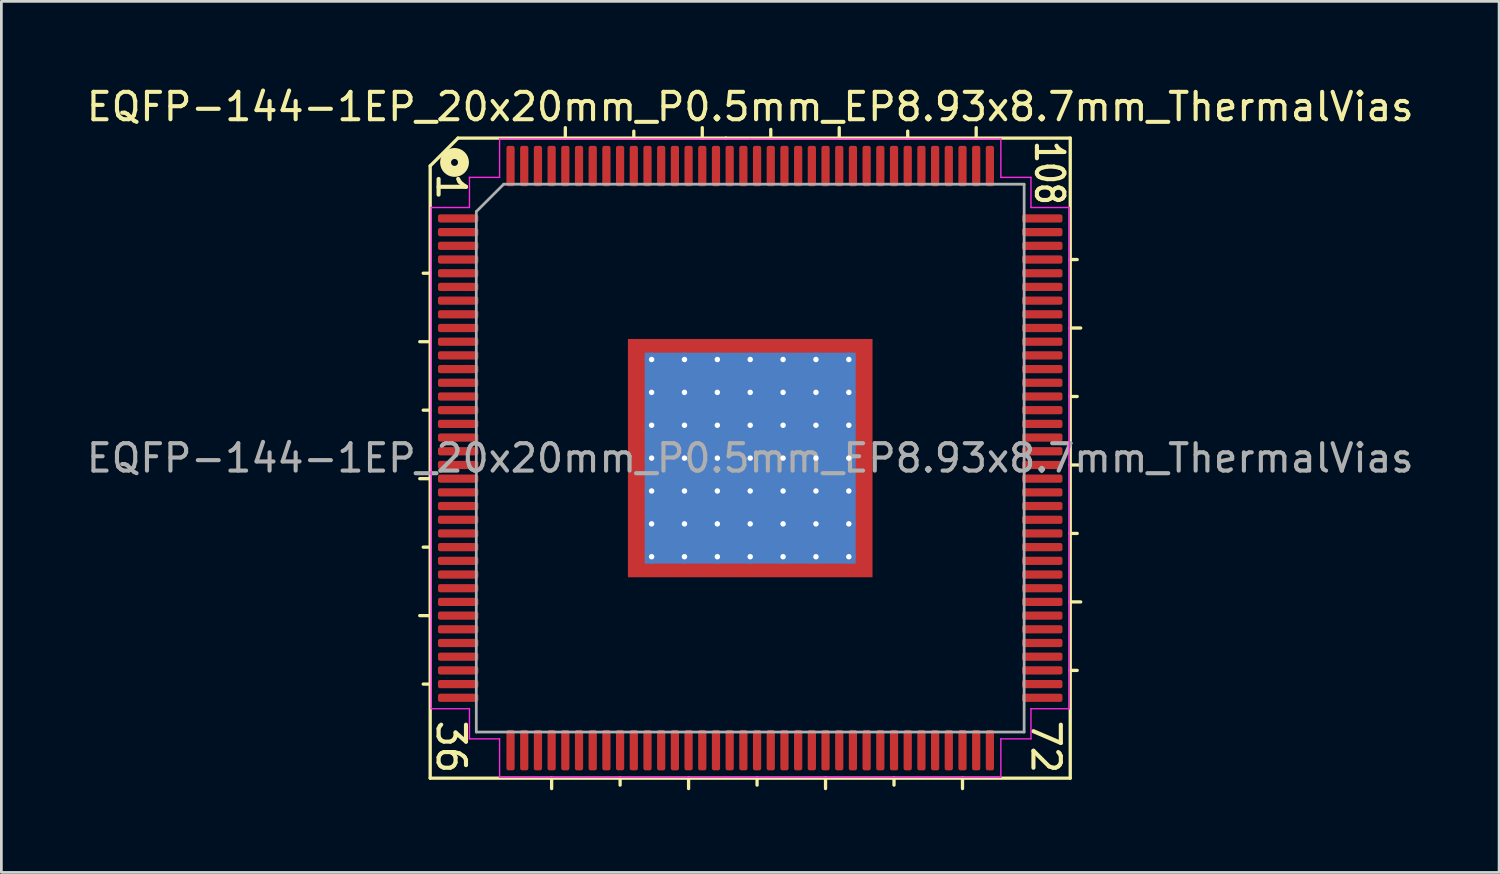
<source format=kicad_pcb>
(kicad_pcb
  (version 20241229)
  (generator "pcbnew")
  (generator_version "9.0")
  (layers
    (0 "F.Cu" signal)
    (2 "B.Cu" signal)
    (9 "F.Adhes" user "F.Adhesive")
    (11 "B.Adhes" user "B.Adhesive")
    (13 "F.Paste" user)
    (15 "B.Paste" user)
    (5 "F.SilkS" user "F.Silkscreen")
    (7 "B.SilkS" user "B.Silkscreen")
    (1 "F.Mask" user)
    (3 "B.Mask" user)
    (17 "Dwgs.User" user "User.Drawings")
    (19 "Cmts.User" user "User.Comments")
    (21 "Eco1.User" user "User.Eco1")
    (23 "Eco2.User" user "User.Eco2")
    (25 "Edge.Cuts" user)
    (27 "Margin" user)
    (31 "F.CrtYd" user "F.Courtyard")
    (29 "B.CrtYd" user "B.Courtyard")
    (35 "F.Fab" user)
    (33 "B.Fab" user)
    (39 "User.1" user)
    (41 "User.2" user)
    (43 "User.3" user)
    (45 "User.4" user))
  (footprint "EQFP-144-1EP_20x20mm_P0.5mm_EP8.93x8.7mm_ThermalVias"
    (layer "F.Cu")
    (at 24.339 13.675)
    (property "Reference" "EQFP-144-1EP_20x20mm_P0.5mm_EP8.93x8.7mm_ThermalVias" (at 0 -12.827 0) (layer "F.SilkS") (effects (font (size 1 1) (thickness 0.15))))
    (attr smd)
    (fp_line (start -11.684 -10.668) (end -11.684 11.684) (stroke (width 0.12) (type solid)) (layer "F.SilkS"))
    (fp_line (start -11.684 -6.75) (end -11.938 -6.75) (stroke (width 0.12) (type solid)) (layer "F.SilkS"))
    (fp_line (start -11.684 -4.25) (end -12.065 -4.25) (stroke (width 0.12) (type solid)) (layer "F.SilkS"))
    (fp_line (start -11.684 -1.75) (end -11.938 -1.75) (stroke (width 0.12) (type solid)) (layer "F.SilkS"))
    (fp_line (start -11.684 0.75) (end -12.065 0.75) (stroke (width 0.12) (type solid)) (layer "F.SilkS"))
    (fp_line (start -11.684 3.25) (end -11.938 3.25) (stroke (width 0.12) (type solid)) (layer "F.SilkS"))
    (fp_line (start -11.684 5.75) (end -12.065 5.75) (stroke (width 0.12) (type solid)) (layer "F.SilkS"))
    (fp_line (start -11.684 8.25) (end -11.938 8.25) (stroke (width 0.12) (type solid)) (layer "F.SilkS"))
    (fp_line (start -11.684 11.684) (end 11.684 11.684) (stroke (width 0.12) (type solid)) (layer "F.SilkS"))
    (fp_line (start -10.668 -11.684) (end -11.684 -10.668) (stroke (width 0.12) (type solid)) (layer "F.SilkS"))
    (fp_line (start -7.25 11.684) (end -7.25 12.065) (stroke (width 0.12) (type solid)) (layer "F.SilkS"))
    (fp_line (start -6.75 -11.684) (end -6.75 -12.065) (stroke (width 0.12) (type solid)) (layer "F.SilkS"))
    (fp_line (start -4.75 11.684) (end -4.75 11.938) (stroke (width 0.12) (type solid)) (layer "F.SilkS"))
    (fp_line (start -4.25 -11.684) (end -4.25 -11.938) (stroke (width 0.12) (type solid)) (layer "F.SilkS"))
    (fp_line (start -2.25 11.684) (end -2.25 12.065) (stroke (width 0.12) (type solid)) (layer "F.SilkS"))
    (fp_line (start -1.75 -11.684) (end -1.75 -12.065) (stroke (width 0.12) (type solid)) (layer "F.SilkS"))
    (fp_line (start -0.889 -11.684) (end -10.668 -11.684) (stroke (width 0.12) (type solid)) (layer "F.SilkS"))
    (fp_line (start 0.25 11.684) (end 0.25 11.938) (stroke (width 0.12) (type solid)) (layer "F.SilkS"))
    (fp_line (start 0.75 -11.75) (end 0.75 -12) (stroke (width 0.12) (type solid)) (layer "F.SilkS"))
    (fp_line (start 2.75 11.684) (end 2.75 12.065) (stroke (width 0.12) (type solid)) (layer "F.SilkS"))
    (fp_line (start 3.25 -11.684) (end 3.25 -12.065) (stroke (width 0.12) (type solid)) (layer "F.SilkS"))
    (fp_line (start 5.25 11.684) (end 5.25 11.938) (stroke (width 0.12) (type solid)) (layer "F.SilkS"))
    (fp_line (start 5.75 -11.684) (end 5.75 -11.938) (stroke (width 0.12) (type solid)) (layer "F.SilkS"))
    (fp_line (start 7.75 11.684) (end 7.75 12.065) (stroke (width 0.12) (type solid)) (layer "F.SilkS"))
    (fp_line (start 8.25 -11.684) (end 8.25 -12.065) (stroke (width 0.12) (type solid)) (layer "F.SilkS"))
    (fp_line (start 11.684 -11.684) (end -0.889 -11.684) (stroke (width 0.12) (type solid)) (layer "F.SilkS"))
    (fp_line (start 11.684 -7.25) (end 11.938 -7.25) (stroke (width 0.12) (type solid)) (layer "F.SilkS"))
    (fp_line (start 11.684 -4.75) (end 12.065 -4.75) (stroke (width 0.12) (type solid)) (layer "F.SilkS"))
    (fp_line (start 11.684 -2.25) (end 11.938 -2.25) (stroke (width 0.12) (type solid)) (layer "F.SilkS"))
    (fp_line (start 11.684 0.25) (end 12.065 0.25) (stroke (width 0.12) (type solid)) (layer "F.SilkS"))
    (fp_line (start 11.684 2.75) (end 11.938 2.75) (stroke (width 0.12) (type solid)) (layer "F.SilkS"))
    (fp_line (start 11.684 5.25) (end 12.065 5.25) (stroke (width 0.12) (type solid)) (layer "F.SilkS"))
    (fp_line (start 11.684 7.75) (end 11.938 7.75) (stroke (width 0.12) (type solid)) (layer "F.SilkS"))
    (fp_line (start 11.684 11.684) (end 11.684 -11.684) (stroke (width 0.12) (type solid)) (layer "F.SilkS"))
    (fp_circle (center -10.795 -10.795) (end -10.668 -10.795) (stroke (width 0.4) (type solid)) (fill no) (layer "F.SilkS"))
    (fp_line (start -11.65 -9.15) (end -11.65 0) (stroke (width 0.05) (type solid)) (layer "F.CrtYd"))
    (fp_line (start -11.65 9.15) (end -11.65 0) (stroke (width 0.05) (type solid)) (layer "F.CrtYd"))
    (fp_line (start -10.25 -10.25) (end -10.25 -9.15) (stroke (width 0.05) (type solid)) (layer "F.CrtYd"))
    (fp_line (start -10.25 -9.15) (end -11.65 -9.15) (stroke (width 0.05) (type solid)) (layer "F.CrtYd"))
    (fp_line (start -10.25 9.15) (end -11.65 9.15) (stroke (width 0.05) (type solid)) (layer "F.CrtYd"))
    (fp_line (start -10.25 10.25) (end -10.25 9.15) (stroke (width 0.05) (type solid)) (layer "F.CrtYd"))
    (fp_line (start -9.15 -11.65) (end -9.15 -10.25) (stroke (width 0.05) (type solid)) (layer "F.CrtYd"))
    (fp_line (start -9.15 -10.25) (end -10.25 -10.25) (stroke (width 0.05) (type solid)) (layer "F.CrtYd"))
    (fp_line (start -9.15 10.25) (end -10.25 10.25) (stroke (width 0.05) (type solid)) (layer "F.CrtYd"))
    (fp_line (start -9.15 11.65) (end -9.15 10.25) (stroke (width 0.05) (type solid)) (layer "F.CrtYd"))
    (fp_line (start 0 -11.65) (end -9.15 -11.65) (stroke (width 0.05) (type solid)) (layer "F.CrtYd"))
    (fp_line (start 0 -11.65) (end 9.15 -11.65) (stroke (width 0.05) (type solid)) (layer "F.CrtYd"))
    (fp_line (start 0 11.65) (end -9.15 11.65) (stroke (width 0.05) (type solid)) (layer "F.CrtYd"))
    (fp_line (start 0 11.65) (end 9.15 11.65) (stroke (width 0.05) (type solid)) (layer "F.CrtYd"))
    (fp_line (start 9.15 -11.65) (end 9.15 -10.25) (stroke (width 0.05) (type solid)) (layer "F.CrtYd"))
    (fp_line (start 9.15 -10.25) (end 10.25 -10.25) (stroke (width 0.05) (type solid)) (layer "F.CrtYd"))
    (fp_line (start 9.15 10.25) (end 10.25 10.25) (stroke (width 0.05) (type solid)) (layer "F.CrtYd"))
    (fp_line (start 9.15 11.65) (end 9.15 10.25) (stroke (width 0.05) (type solid)) (layer "F.CrtYd"))
    (fp_line (start 10.25 -10.25) (end 10.25 -9.15) (stroke (width 0.05) (type solid)) (layer "F.CrtYd"))
    (fp_line (start 10.25 -9.15) (end 11.65 -9.15) (stroke (width 0.05) (type solid)) (layer "F.CrtYd"))
    (fp_line (start 10.25 9.15) (end 11.65 9.15) (stroke (width 0.05) (type solid)) (layer "F.CrtYd"))
    (fp_line (start 10.25 10.25) (end 10.25 9.15) (stroke (width 0.05) (type solid)) (layer "F.CrtYd"))
    (fp_line (start 11.65 -9.15) (end 11.65 0) (stroke (width 0.05) (type solid)) (layer "F.CrtYd"))
    (fp_line (start 11.65 9.15) (end 11.65 0) (stroke (width 0.05) (type solid)) (layer "F.CrtYd"))
    (fp_line (start -10 -9) (end -9 -10) (stroke (width 0.1) (type solid)) (layer "F.Fab"))
    (fp_line (start -10 10) (end -10 -9) (stroke (width 0.1) (type solid)) (layer "F.Fab"))
    (fp_line (start -9 -10) (end 10 -10) (stroke (width 0.1) (type solid)) (layer "F.Fab"))
    (fp_line (start 10 -10) (end 10 10) (stroke (width 0.1) (type solid)) (layer "F.Fab"))
    (fp_line (start 10 10) (end -10 10) (stroke (width 0.1) (type solid)) (layer "F.Fab"))
    (fp_text user "1" (at -10.922 -9.906 270) (unlocked yes) (layer "F.SilkS") (effects (font (size 1 1) (thickness 0.15))))
    (fp_text user "36" (at -10.922 10.541 270) (unlocked yes) (layer "F.SilkS") (effects (font (size 1 1) (thickness 0.15))))
    (fp_text user "72" (at 10.795 10.541 270) (unlocked yes) (layer "F.SilkS") (effects (font (size 1 1) (thickness 0.15))))
    (fp_text user "108" (at 10.922 -10.414 270) (unlocked yes) (layer "F.SilkS") (effects (font (size 1 0.8) (thickness 0.15))))
    (fp_text user "${REFERENCE}" (at 0 0 0) (layer "F.Fab") (effects (font (size 1 1) (thickness 0.15))))
    (pad "" smd custom (at -4.032 -3.975) (size 0.515 0.515) (layers "F.Paste") (options (anchor circle)) (primitives (gr_poly (pts (xy 0.259 0.139) (xy 0.185 0.213) (xy -0.259 0.213) (xy -0.259 -0.213) (xy 0.259 -0.213)) (width 0.179) (fill yes))))
    (pad "" smd roundrect (at -4.032 -3) (size 0.697 0.967) (layers "F.Paste") (roundrect_rratio 0.25))
    (pad "" smd roundrect (at -4.032 -1.8) (size 0.697 0.967) (layers "F.Paste") (roundrect_rratio 0.25))
    (pad "" smd roundrect (at -4.032 -0.6) (size 0.697 0.967) (layers "F.Paste") (roundrect_rratio 0.25))
    (pad "" smd roundrect (at -4.032 0.6) (size 0.697 0.967) (layers "F.Paste") (roundrect_rratio 0.25))
    (pad "" smd roundrect (at -4.032 1.8) (size 0.697 0.967) (layers "F.Paste") (roundrect_rratio 0.25))
    (pad "" smd roundrect (at -4.032 3) (size 0.697 0.967) (layers "F.Paste") (roundrect_rratio 0.25))
    (pad "" smd custom (at -4.032 3.975) (size 0.515 0.515) (layers "F.Paste") (options (anchor circle)) (primitives (gr_poly (pts (xy 0.259 -0.139) (xy 0.259 0.213) (xy -0.259 0.213) (xy -0.259 -0.213) (xy 0.185 -0.213)) (width 0.179) (fill yes))))
    (pad "" smd custom (at -3 -3.975) (size 0.538 0.538) (layers "F.Paste") (options (anchor circle)) (primitives (gr_poly (pts (xy 0.417 0.181) (xy 0.362 0.236) (xy -0.362 0.236) (xy -0.417 0.181) (xy -0.417 -0.236) (xy 0.417 -0.236)) (width 0.133) (fill yes))))
    (pad "" smd roundrect (at -3 -3) (size 0.967 0.967) (layers "F.Paste") (roundrect_rratio 0.25))
    (pad "" smd roundrect (at -3 -1.8) (size 0.967 0.967) (layers "F.Paste") (roundrect_rratio 0.25))
    (pad "" smd roundrect (at -3 -0.6) (size 0.967 0.967) (layers "F.Paste") (roundrect_rratio 0.25))
    (pad "" smd roundrect (at -3 0.6) (size 0.967 0.967) (layers "F.Paste") (roundrect_rratio 0.25))
    (pad "" smd roundrect (at -3 1.8) (size 0.967 0.967) (layers "F.Paste") (roundrect_rratio 0.25))
    (pad "" smd roundrect (at -3 3) (size 0.967 0.967) (layers "F.Paste") (roundrect_rratio 0.25))
    (pad "" smd custom (at -3 3.975) (size 0.538 0.538) (layers "F.Paste") (options (anchor circle)) (primitives (gr_poly (pts (xy 0.417 -0.181) (xy 0.417 0.236) (xy -0.417 0.236) (xy -0.417 -0.181) (xy -0.362 -0.236) (xy 0.362 -0.236)) (width 0.133) (fill yes))))
    (pad "" smd custom (at -1.8 -3.975) (size 0.538 0.538) (layers "F.Paste") (options (anchor circle)) (primitives (gr_poly (pts (xy 0.417 0.181) (xy 0.362 0.236) (xy -0.362 0.236) (xy -0.417 0.181) (xy -0.417 -0.236) (xy 0.417 -0.236)) (width 0.133) (fill yes))))
    (pad "" smd roundrect (at -1.8 -3) (size 0.967 0.967) (layers "F.Paste") (roundrect_rratio 0.25))
    (pad "" smd roundrect (at -1.8 -1.8) (size 0.967 0.967) (layers "F.Paste") (roundrect_rratio 0.25))
    (pad "" smd roundrect (at -1.8 -0.6) (size 0.967 0.967) (layers "F.Paste") (roundrect_rratio 0.25))
    (pad "" smd roundrect (at -1.8 0.6) (size 0.967 0.967) (layers "F.Paste") (roundrect_rratio 0.25))
    (pad "" smd roundrect (at -1.8 1.8) (size 0.967 0.967) (layers "F.Paste") (roundrect_rratio 0.25))
    (pad "" smd roundrect (at -1.8 3) (size 0.967 0.967) (layers "F.Paste") (roundrect_rratio 0.25))
    (pad "" smd custom (at -1.8 3.975) (size 0.538 0.538) (layers "F.Paste") (options (anchor circle)) (primitives (gr_poly (pts (xy 0.417 -0.181) (xy 0.417 0.236) (xy -0.417 0.236) (xy -0.417 -0.181) (xy -0.362 -0.236) (xy 0.362 -0.236)) (width 0.133) (fill yes))))
    (pad "" smd custom (at -0.6 -3.975) (size 0.538 0.538) (layers "F.Paste") (options (anchor circle)) (primitives (gr_poly (pts (xy 0.417 0.181) (xy 0.362 0.236) (xy -0.362 0.236) (xy -0.417 0.181) (xy -0.417 -0.236) (xy 0.417 -0.236)) (width 0.133) (fill yes))))
    (pad "" smd roundrect (at -0.6 -3) (size 0.967 0.967) (layers "F.Paste") (roundrect_rratio 0.25))
    (pad "" smd roundrect (at -0.6 -1.8) (size 0.967 0.967) (layers "F.Paste") (roundrect_rratio 0.25))
    (pad "" smd roundrect (at -0.6 -0.6) (size 0.967 0.967) (layers "F.Paste") (roundrect_rratio 0.25))
    (pad "" smd roundrect (at -0.6 0.6) (size 0.967 0.967) (layers "F.Paste") (roundrect_rratio 0.25))
    (pad "" smd roundrect (at -0.6 1.8) (size 0.967 0.967) (layers "F.Paste") (roundrect_rratio 0.25))
    (pad "" smd roundrect (at -0.6 3) (size 0.967 0.967) (layers "F.Paste") (roundrect_rratio 0.25))
    (pad "" smd custom (at -0.6 3.975) (size 0.538 0.538) (layers "F.Paste") (options (anchor circle)) (primitives (gr_poly (pts (xy 0.417 -0.181) (xy 0.417 0.236) (xy -0.417 0.236) (xy -0.417 -0.181) (xy -0.362 -0.236) (xy 0.362 -0.236)) (width 0.133) (fill yes))))
    (pad "" smd custom (at 0.6 -3.975) (size 0.538 0.538) (layers "F.Paste") (options (anchor circle)) (primitives (gr_poly (pts (xy 0.417 0.181) (xy 0.362 0.236) (xy -0.362 0.236) (xy -0.417 0.181) (xy -0.417 -0.236) (xy 0.417 -0.236)) (width 0.133) (fill yes))))
    (pad "" smd roundrect (at 0.6 -3) (size 0.967 0.967) (layers "F.Paste") (roundrect_rratio 0.25))
    (pad "" smd roundrect (at 0.6 -1.8) (size 0.967 0.967) (layers "F.Paste") (roundrect_rratio 0.25))
    (pad "" smd roundrect (at 0.6 -0.6) (size 0.967 0.967) (layers "F.Paste") (roundrect_rratio 0.25))
    (pad "" smd roundrect (at 0.6 0.6) (size 0.967 0.967) (layers "F.Paste") (roundrect_rratio 0.25))
    (pad "" smd roundrect (at 0.6 1.8) (size 0.967 0.967) (layers "F.Paste") (roundrect_rratio 0.25))
    (pad "" smd roundrect (at 0.6 3) (size 0.967 0.967) (layers "F.Paste") (roundrect_rratio 0.25))
    (pad "" smd custom (at 0.6 3.975) (size 0.538 0.538) (layers "F.Paste") (options (anchor circle)) (primitives (gr_poly (pts (xy 0.417 -0.181) (xy 0.417 0.236) (xy -0.417 0.236) (xy -0.417 -0.181) (xy -0.362 -0.236) (xy 0.362 -0.236)) (width 0.133) (fill yes))))
    (pad "" smd custom (at 1.8 -3.975) (size 0.538 0.538) (layers "F.Paste") (options (anchor circle)) (primitives (gr_poly (pts (xy 0.417 0.181) (xy 0.362 0.236) (xy -0.362 0.236) (xy -0.417 0.181) (xy -0.417 -0.236) (xy 0.417 -0.236)) (width 0.133) (fill yes))))
    (pad "" smd roundrect (at 1.8 -3) (size 0.967 0.967) (layers "F.Paste") (roundrect_rratio 0.25))
    (pad "" smd roundrect (at 1.8 -1.8) (size 0.967 0.967) (layers "F.Paste") (roundrect_rratio 0.25))
    (pad "" smd roundrect (at 1.8 -0.6) (size 0.967 0.967) (layers "F.Paste") (roundrect_rratio 0.25))
    (pad "" smd roundrect (at 1.8 0.6) (size 0.967 0.967) (layers "F.Paste") (roundrect_rratio 0.25))
    (pad "" smd roundrect (at 1.8 1.8) (size 0.967 0.967) (layers "F.Paste") (roundrect_rratio 0.25))
    (pad "" smd roundrect (at 1.8 3) (size 0.967 0.967) (layers "F.Paste") (roundrect_rratio 0.25))
    (pad "" smd custom (at 1.8 3.975) (size 0.538 0.538) (layers "F.Paste") (options (anchor circle)) (primitives (gr_poly (pts (xy 0.417 -0.181) (xy 0.417 0.236) (xy -0.417 0.236) (xy -0.417 -0.181) (xy -0.362 -0.236) (xy 0.362 -0.236)) (width 0.133) (fill yes))))
    (pad "" smd custom (at 3 -3.975) (size 0.538 0.538) (layers "F.Paste") (options (anchor circle)) (primitives (gr_poly (pts (xy 0.417 0.181) (xy 0.362 0.236) (xy -0.362 0.236) (xy -0.417 0.181) (xy -0.417 -0.236) (xy 0.417 -0.236)) (width 0.133) (fill yes))))
    (pad "" smd roundrect (at 3 -3) (size 0.967 0.967) (layers "F.Paste") (roundrect_rratio 0.25))
    (pad "" smd roundrect (at 3 -1.8) (size 0.967 0.967) (layers "F.Paste") (roundrect_rratio 0.25))
    (pad "" smd roundrect (at 3 -0.6) (size 0.967 0.967) (layers "F.Paste") (roundrect_rratio 0.25))
    (pad "" smd roundrect (at 3 0.6) (size 0.967 0.967) (layers "F.Paste") (roundrect_rratio 0.25))
    (pad "" smd roundrect (at 3 1.8) (size 0.967 0.967) (layers "F.Paste") (roundrect_rratio 0.25))
    (pad "" smd roundrect (at 3 3) (size 0.967 0.967) (layers "F.Paste") (roundrect_rratio 0.25))
    (pad "" smd custom (at 3 3.975) (size 0.538 0.538) (layers "F.Paste") (options (anchor circle)) (primitives (gr_poly (pts (xy 0.417 -0.181) (xy 0.417 0.236) (xy -0.417 0.236) (xy -0.417 -0.181) (xy -0.362 -0.236) (xy 0.362 -0.236)) (width 0.133) (fill yes))))
    (pad "" smd custom (at 4.032 -3.975) (size 0.515 0.515) (layers "F.Paste") (options (anchor circle)) (primitives (gr_poly (pts (xy 0.259 0.213) (xy -0.185 0.213) (xy -0.259 0.139) (xy -0.259 -0.213) (xy 0.259 -0.213)) (width 0.179) (fill yes))))
    (pad "" smd roundrect (at 4.032 -3) (size 0.697 0.967) (layers "F.Paste") (roundrect_rratio 0.25))
    (pad "" smd roundrect (at 4.032 -1.8) (size 0.697 0.967) (layers "F.Paste") (roundrect_rratio 0.25))
    (pad "" smd roundrect (at 4.032 -0.6) (size 0.697 0.967) (layers "F.Paste") (roundrect_rratio 0.25))
    (pad "" smd roundrect (at 4.032 0.6) (size 0.697 0.967) (layers "F.Paste") (roundrect_rratio 0.25))
    (pad "" smd roundrect (at 4.032 1.8) (size 0.697 0.967) (layers "F.Paste") (roundrect_rratio 0.25))
    (pad "" smd roundrect (at 4.032 3) (size 0.697 0.967) (layers "F.Paste") (roundrect_rratio 0.25))
    (pad "" smd custom (at 4.032 3.975) (size 0.515 0.515) (layers "F.Paste") (options (anchor circle)) (primitives (gr_poly (pts (xy 0.259 0.213) (xy -0.259 0.213) (xy -0.259 -0.139) (xy -0.185 -0.213) (xy 0.259 -0.213)) (width 0.179) (fill yes))))
    (pad "1" smd roundrect (at -10.662 -8.75) (size 1.475 0.3) (layers "F.Cu" "F.Mask" "F.Paste") (roundrect_rratio 0.25))
    (pad "2" smd roundrect (at -10.662 -8.25) (size 1.475 0.3) (layers "F.Cu" "F.Mask" "F.Paste") (roundrect_rratio 0.25))
    (pad "3" smd roundrect (at -10.662 -7.75) (size 1.475 0.3) (layers "F.Cu" "F.Mask" "F.Paste") (roundrect_rratio 0.25))
    (pad "4" smd roundrect (at -10.662 -7.25) (size 1.475 0.3) (layers "F.Cu" "F.Mask" "F.Paste") (roundrect_rratio 0.25))
    (pad "5" smd roundrect (at -10.662 -6.75) (size 1.475 0.3) (layers "F.Cu" "F.Mask" "F.Paste") (roundrect_rratio 0.25))
    (pad "6" smd roundrect (at -10.662 -6.25) (size 1.475 0.3) (layers "F.Cu" "F.Mask" "F.Paste") (roundrect_rratio 0.25))
    (pad "7" smd roundrect (at -10.662 -5.75) (size 1.475 0.3) (layers "F.Cu" "F.Mask" "F.Paste") (roundrect_rratio 0.25))
    (pad "8" smd roundrect (at -10.662 -5.25) (size 1.475 0.3) (layers "F.Cu" "F.Mask" "F.Paste") (roundrect_rratio 0.25))
    (pad "9" smd roundrect (at -10.662 -4.75) (size 1.475 0.3) (layers "F.Cu" "F.Mask" "F.Paste") (roundrect_rratio 0.25))
    (pad "10" smd roundrect (at -10.662 -4.25) (size 1.475 0.3) (layers "F.Cu" "F.Mask" "F.Paste") (roundrect_rratio 0.25))
    (pad "11" smd roundrect (at -10.662 -3.75) (size 1.475 0.3) (layers "F.Cu" "F.Mask" "F.Paste") (roundrect_rratio 0.25))
    (pad "12" smd roundrect (at -10.662 -3.25) (size 1.475 0.3) (layers "F.Cu" "F.Mask" "F.Paste") (roundrect_rratio 0.25))
    (pad "13" smd roundrect (at -10.662 -2.75) (size 1.475 0.3) (layers "F.Cu" "F.Mask" "F.Paste") (roundrect_rratio 0.25))
    (pad "14" smd roundrect (at -10.662 -2.25) (size 1.475 0.3) (layers "F.Cu" "F.Mask" "F.Paste") (roundrect_rratio 0.25))
    (pad "15" smd roundrect (at -10.662 -1.75) (size 1.475 0.3) (layers "F.Cu" "F.Mask" "F.Paste") (roundrect_rratio 0.25))
    (pad "16" smd roundrect (at -10.662 -1.25) (size 1.475 0.3) (layers "F.Cu" "F.Mask" "F.Paste") (roundrect_rratio 0.25))
    (pad "17" smd roundrect (at -10.662 -0.75) (size 1.475 0.3) (layers "F.Cu" "F.Mask" "F.Paste") (roundrect_rratio 0.25))
    (pad "18" smd roundrect (at -10.662 -0.25) (size 1.475 0.3) (layers "F.Cu" "F.Mask" "F.Paste") (roundrect_rratio 0.25))
    (pad "19" smd roundrect (at -10.662 0.25) (size 1.475 0.3) (layers "F.Cu" "F.Mask" "F.Paste") (roundrect_rratio 0.25))
    (pad "20" smd roundrect (at -10.662 0.75) (size 1.475 0.3) (layers "F.Cu" "F.Mask" "F.Paste") (roundrect_rratio 0.25))
    (pad "21" smd roundrect (at -10.662 1.25) (size 1.475 0.3) (layers "F.Cu" "F.Mask" "F.Paste") (roundrect_rratio 0.25))
    (pad "22" smd roundrect (at -10.662 1.75) (size 1.475 0.3) (layers "F.Cu" "F.Mask" "F.Paste") (roundrect_rratio 0.25))
    (pad "23" smd roundrect (at -10.662 2.25) (size 1.475 0.3) (layers "F.Cu" "F.Mask" "F.Paste") (roundrect_rratio 0.25))
    (pad "24" smd roundrect (at -10.662 2.75) (size 1.475 0.3) (layers "F.Cu" "F.Mask" "F.Paste") (roundrect_rratio 0.25))
    (pad "25" smd roundrect (at -10.662 3.25) (size 1.475 0.3) (layers "F.Cu" "F.Mask" "F.Paste") (roundrect_rratio 0.25))
    (pad "26" smd roundrect (at -10.662 3.75) (size 1.475 0.3) (layers "F.Cu" "F.Mask" "F.Paste") (roundrect_rratio 0.25))
    (pad "27" smd roundrect (at -10.662 4.25) (size 1.475 0.3) (layers "F.Cu" "F.Mask" "F.Paste") (roundrect_rratio 0.25))
    (pad "28" smd roundrect (at -10.662 4.75) (size 1.475 0.3) (layers "F.Cu" "F.Mask" "F.Paste") (roundrect_rratio 0.25))
    (pad "29" smd roundrect (at -10.662 5.25) (size 1.475 0.3) (layers "F.Cu" "F.Mask" "F.Paste") (roundrect_rratio 0.25))
    (pad "30" smd roundrect (at -10.662 5.75) (size 1.475 0.3) (layers "F.Cu" "F.Mask" "F.Paste") (roundrect_rratio 0.25))
    (pad "31" smd roundrect (at -10.662 6.25) (size 1.475 0.3) (layers "F.Cu" "F.Mask" "F.Paste") (roundrect_rratio 0.25))
    (pad "32" smd roundrect (at -10.662 6.75) (size 1.475 0.3) (layers "F.Cu" "F.Mask" "F.Paste") (roundrect_rratio 0.25))
    (pad "33" smd roundrect (at -10.662 7.25) (size 1.475 0.3) (layers "F.Cu" "F.Mask" "F.Paste") (roundrect_rratio 0.25))
    (pad "34" smd roundrect (at -10.662 7.75) (size 1.475 0.3) (layers "F.Cu" "F.Mask" "F.Paste") (roundrect_rratio 0.25))
    (pad "35" smd roundrect (at -10.662 8.25) (size 1.475 0.3) (layers "F.Cu" "F.Mask" "F.Paste") (roundrect_rratio 0.25))
    (pad "36" smd roundrect (at -10.662 8.75) (size 1.475 0.3) (layers "F.Cu" "F.Mask" "F.Paste") (roundrect_rratio 0.25))
    (pad "37" smd roundrect (at -8.75 10.662) (size 0.3 1.475) (layers "F.Cu" "F.Mask" "F.Paste") (roundrect_rratio 0.25))
    (pad "38" smd roundrect (at -8.25 10.662) (size 0.3 1.475) (layers "F.Cu" "F.Mask" "F.Paste") (roundrect_rratio 0.25))
    (pad "39" smd roundrect (at -7.75 10.662) (size 0.3 1.475) (layers "F.Cu" "F.Mask" "F.Paste") (roundrect_rratio 0.25))
    (pad "40" smd roundrect (at -7.25 10.662) (size 0.3 1.475) (layers "F.Cu" "F.Mask" "F.Paste") (roundrect_rratio 0.25))
    (pad "41" smd roundrect (at -6.75 10.662) (size 0.3 1.475) (layers "F.Cu" "F.Mask" "F.Paste") (roundrect_rratio 0.25))
    (pad "42" smd roundrect (at -6.25 10.662) (size 0.3 1.475) (layers "F.Cu" "F.Mask" "F.Paste") (roundrect_rratio 0.25))
    (pad "43" smd roundrect (at -5.75 10.662) (size 0.3 1.475) (layers "F.Cu" "F.Mask" "F.Paste") (roundrect_rratio 0.25))
    (pad "44" smd roundrect (at -5.25 10.662) (size 0.3 1.475) (layers "F.Cu" "F.Mask" "F.Paste") (roundrect_rratio 0.25))
    (pad "45" smd roundrect (at -4.75 10.662) (size 0.3 1.475) (layers "F.Cu" "F.Mask" "F.Paste") (roundrect_rratio 0.25))
    (pad "46" smd roundrect (at -4.25 10.662) (size 0.3 1.475) (layers "F.Cu" "F.Mask" "F.Paste") (roundrect_rratio 0.25))
    (pad "47" smd roundrect (at -3.75 10.662) (size 0.3 1.475) (layers "F.Cu" "F.Mask" "F.Paste") (roundrect_rratio 0.25))
    (pad "48" smd roundrect (at -3.25 10.662) (size 0.3 1.475) (layers "F.Cu" "F.Mask" "F.Paste") (roundrect_rratio 0.25))
    (pad "49" smd roundrect (at -2.75 10.662) (size 0.3 1.475) (layers "F.Cu" "F.Mask" "F.Paste") (roundrect_rratio 0.25))
    (pad "50" smd roundrect (at -2.25 10.662) (size 0.3 1.475) (layers "F.Cu" "F.Mask" "F.Paste") (roundrect_rratio 0.25))
    (pad "51" smd roundrect (at -1.75 10.662) (size 0.3 1.475) (layers "F.Cu" "F.Mask" "F.Paste") (roundrect_rratio 0.25))
    (pad "52" smd roundrect (at -1.25 10.662) (size 0.3 1.475) (layers "F.Cu" "F.Mask" "F.Paste") (roundrect_rratio 0.25))
    (pad "53" smd roundrect (at -0.75 10.662) (size 0.3 1.475) (layers "F.Cu" "F.Mask" "F.Paste") (roundrect_rratio 0.25))
    (pad "54" smd roundrect (at -0.25 10.662) (size 0.3 1.475) (layers "F.Cu" "F.Mask" "F.Paste") (roundrect_rratio 0.25))
    (pad "55" smd roundrect (at 0.25 10.662) (size 0.3 1.475) (layers "F.Cu" "F.Mask" "F.Paste") (roundrect_rratio 0.25))
    (pad "56" smd roundrect (at 0.75 10.662) (size 0.3 1.475) (layers "F.Cu" "F.Mask" "F.Paste") (roundrect_rratio 0.25))
    (pad "57" smd roundrect (at 1.25 10.662) (size 0.3 1.475) (layers "F.Cu" "F.Mask" "F.Paste") (roundrect_rratio 0.25))
    (pad "58" smd roundrect (at 1.75 10.662) (size 0.3 1.475) (layers "F.Cu" "F.Mask" "F.Paste") (roundrect_rratio 0.25))
    (pad "59" smd roundrect (at 2.25 10.662) (size 0.3 1.475) (layers "F.Cu" "F.Mask" "F.Paste") (roundrect_rratio 0.25))
    (pad "60" smd roundrect (at 2.75 10.662) (size 0.3 1.475) (layers "F.Cu" "F.Mask" "F.Paste") (roundrect_rratio 0.25))
    (pad "61" smd roundrect (at 3.25 10.662) (size 0.3 1.475) (layers "F.Cu" "F.Mask" "F.Paste") (roundrect_rratio 0.25))
    (pad "62" smd roundrect (at 3.75 10.662) (size 0.3 1.475) (layers "F.Cu" "F.Mask" "F.Paste") (roundrect_rratio 0.25))
    (pad "63" smd roundrect (at 4.25 10.662) (size 0.3 1.475) (layers "F.Cu" "F.Mask" "F.Paste") (roundrect_rratio 0.25))
    (pad "64" smd roundrect (at 4.75 10.662) (size 0.3 1.475) (layers "F.Cu" "F.Mask" "F.Paste") (roundrect_rratio 0.25))
    (pad "65" smd roundrect (at 5.25 10.662) (size 0.3 1.475) (layers "F.Cu" "F.Mask" "F.Paste") (roundrect_rratio 0.25))
    (pad "66" smd roundrect (at 5.75 10.662) (size 0.3 1.475) (layers "F.Cu" "F.Mask" "F.Paste") (roundrect_rratio 0.25))
    (pad "67" smd roundrect (at 6.25 10.662) (size 0.3 1.475) (layers "F.Cu" "F.Mask" "F.Paste") (roundrect_rratio 0.25))
    (pad "68" smd roundrect (at 6.75 10.662) (size 0.3 1.475) (layers "F.Cu" "F.Mask" "F.Paste") (roundrect_rratio 0.25))
    (pad "69" smd roundrect (at 7.25 10.662) (size 0.3 1.475) (layers "F.Cu" "F.Mask" "F.Paste") (roundrect_rratio 0.25))
    (pad "70" smd roundrect (at 7.75 10.662) (size 0.3 1.475) (layers "F.Cu" "F.Mask" "F.Paste") (roundrect_rratio 0.25))
    (pad "71" smd roundrect (at 8.25 10.662) (size 0.3 1.475) (layers "F.Cu" "F.Mask" "F.Paste") (roundrect_rratio 0.25))
    (pad "72" smd roundrect (at 8.75 10.662) (size 0.3 1.475) (layers "F.Cu" "F.Mask" "F.Paste") (roundrect_rratio 0.25))
    (pad "73" smd roundrect (at 10.662 8.75) (size 1.475 0.3) (layers "F.Cu" "F.Mask" "F.Paste") (roundrect_rratio 0.25))
    (pad "74" smd roundrect (at 10.662 8.25) (size 1.475 0.3) (layers "F.Cu" "F.Mask" "F.Paste") (roundrect_rratio 0.25))
    (pad "75" smd roundrect (at 10.662 7.75) (size 1.475 0.3) (layers "F.Cu" "F.Mask" "F.Paste") (roundrect_rratio 0.25))
    (pad "76" smd roundrect (at 10.662 7.25) (size 1.475 0.3) (layers "F.Cu" "F.Mask" "F.Paste") (roundrect_rratio 0.25))
    (pad "77" smd roundrect (at 10.662 6.75) (size 1.475 0.3) (layers "F.Cu" "F.Mask" "F.Paste") (roundrect_rratio 0.25))
    (pad "78" smd roundrect (at 10.662 6.25) (size 1.475 0.3) (layers "F.Cu" "F.Mask" "F.Paste") (roundrect_rratio 0.25))
    (pad "79" smd roundrect (at 10.662 5.75) (size 1.475 0.3) (layers "F.Cu" "F.Mask" "F.Paste") (roundrect_rratio 0.25))
    (pad "80" smd roundrect (at 10.662 5.25) (size 1.475 0.3) (layers "F.Cu" "F.Mask" "F.Paste") (roundrect_rratio 0.25))
    (pad "81" smd roundrect (at 10.662 4.75) (size 1.475 0.3) (layers "F.Cu" "F.Mask" "F.Paste") (roundrect_rratio 0.25))
    (pad "82" smd roundrect (at 10.662 4.25) (size 1.475 0.3) (layers "F.Cu" "F.Mask" "F.Paste") (roundrect_rratio 0.25))
    (pad "83" smd roundrect (at 10.662 3.75) (size 1.475 0.3) (layers "F.Cu" "F.Mask" "F.Paste") (roundrect_rratio 0.25))
    (pad "84" smd roundrect (at 10.662 3.25) (size 1.475 0.3) (layers "F.Cu" "F.Mask" "F.Paste") (roundrect_rratio 0.25))
    (pad "85" smd roundrect (at 10.662 2.75) (size 1.475 0.3) (layers "F.Cu" "F.Mask" "F.Paste") (roundrect_rratio 0.25))
    (pad "86" smd roundrect (at 10.662 2.25) (size 1.475 0.3) (layers "F.Cu" "F.Mask" "F.Paste") (roundrect_rratio 0.25))
    (pad "87" smd roundrect (at 10.662 1.75) (size 1.475 0.3) (layers "F.Cu" "F.Mask" "F.Paste") (roundrect_rratio 0.25))
    (pad "88" smd roundrect (at 10.662 1.25) (size 1.475 0.3) (layers "F.Cu" "F.Mask" "F.Paste") (roundrect_rratio 0.25))
    (pad "89" smd roundrect (at 10.662 0.75) (size 1.475 0.3) (layers "F.Cu" "F.Mask" "F.Paste") (roundrect_rratio 0.25))
    (pad "90" smd roundrect (at 10.662 0.25) (size 1.475 0.3) (layers "F.Cu" "F.Mask" "F.Paste") (roundrect_rratio 0.25))
    (pad "91" smd roundrect (at 10.662 -0.25) (size 1.475 0.3) (layers "F.Cu" "F.Mask" "F.Paste") (roundrect_rratio 0.25))
    (pad "92" smd roundrect (at 10.662 -0.75) (size 1.475 0.3) (layers "F.Cu" "F.Mask" "F.Paste") (roundrect_rratio 0.25))
    (pad "93" smd roundrect (at 10.662 -1.25) (size 1.475 0.3) (layers "F.Cu" "F.Mask" "F.Paste") (roundrect_rratio 0.25))
    (pad "94" smd roundrect (at 10.662 -1.75) (size 1.475 0.3) (layers "F.Cu" "F.Mask" "F.Paste") (roundrect_rratio 0.25))
    (pad "95" smd roundrect (at 10.662 -2.25) (size 1.475 0.3) (layers "F.Cu" "F.Mask" "F.Paste") (roundrect_rratio 0.25))
    (pad "96" smd roundrect (at 10.662 -2.75) (size 1.475 0.3) (layers "F.Cu" "F.Mask" "F.Paste") (roundrect_rratio 0.25))
    (pad "97" smd roundrect (at 10.662 -3.25) (size 1.475 0.3) (layers "F.Cu" "F.Mask" "F.Paste") (roundrect_rratio 0.25))
    (pad "98" smd roundrect (at 10.662 -3.75) (size 1.475 0.3) (layers "F.Cu" "F.Mask" "F.Paste") (roundrect_rratio 0.25))
    (pad "99" smd roundrect (at 10.662 -4.25) (size 1.475 0.3) (layers "F.Cu" "F.Mask" "F.Paste") (roundrect_rratio 0.25))
    (pad "100" smd roundrect (at 10.662 -4.75) (size 1.475 0.3) (layers "F.Cu" "F.Mask" "F.Paste") (roundrect_rratio 0.25))
    (pad "101" smd roundrect (at 10.662 -5.25) (size 1.475 0.3) (layers "F.Cu" "F.Mask" "F.Paste") (roundrect_rratio 0.25))
    (pad "102" smd roundrect (at 10.662 -5.75) (size 1.475 0.3) (layers "F.Cu" "F.Mask" "F.Paste") (roundrect_rratio 0.25))
    (pad "103" smd roundrect (at 10.662 -6.25) (size 1.475 0.3) (layers "F.Cu" "F.Mask" "F.Paste") (roundrect_rratio 0.25))
    (pad "104" smd roundrect (at 10.662 -6.75) (size 1.475 0.3) (layers "F.Cu" "F.Mask" "F.Paste") (roundrect_rratio 0.25))
    (pad "105" smd roundrect (at 10.662 -7.25) (size 1.475 0.3) (layers "F.Cu" "F.Mask" "F.Paste") (roundrect_rratio 0.25))
    (pad "106" smd roundrect (at 10.662 -7.75) (size 1.475 0.3) (layers "F.Cu" "F.Mask" "F.Paste") (roundrect_rratio 0.25))
    (pad "107" smd roundrect (at 10.662 -8.25) (size 1.475 0.3) (layers "F.Cu" "F.Mask" "F.Paste") (roundrect_rratio 0.25))
    (pad "108" smd roundrect (at 10.662 -8.75) (size 1.475 0.3) (layers "F.Cu" "F.Mask" "F.Paste") (roundrect_rratio 0.25))
    (pad "109" smd roundrect (at 8.75 -10.662) (size 0.3 1.475) (layers "F.Cu" "F.Mask" "F.Paste") (roundrect_rratio 0.25))
    (pad "110" smd roundrect (at 8.25 -10.662) (size 0.3 1.475) (layers "F.Cu" "F.Mask" "F.Paste") (roundrect_rratio 0.25))
    (pad "111" smd roundrect (at 7.75 -10.662) (size 0.3 1.475) (layers "F.Cu" "F.Mask" "F.Paste") (roundrect_rratio 0.25))
    (pad "112" smd roundrect (at 7.25 -10.662) (size 0.3 1.475) (layers "F.Cu" "F.Mask" "F.Paste") (roundrect_rratio 0.25))
    (pad "113" smd roundrect (at 6.75 -10.662) (size 0.3 1.475) (layers "F.Cu" "F.Mask" "F.Paste") (roundrect_rratio 0.25))
    (pad "114" smd roundrect (at 6.25 -10.662) (size 0.3 1.475) (layers "F.Cu" "F.Mask" "F.Paste") (roundrect_rratio 0.25))
    (pad "115" smd roundrect (at 5.75 -10.662) (size 0.3 1.475) (layers "F.Cu" "F.Mask" "F.Paste") (roundrect_rratio 0.25))
    (pad "116" smd roundrect (at 5.25 -10.662) (size 0.3 1.475) (layers "F.Cu" "F.Mask" "F.Paste") (roundrect_rratio 0.25))
    (pad "117" smd roundrect (at 4.75 -10.662) (size 0.3 1.475) (layers "F.Cu" "F.Mask" "F.Paste") (roundrect_rratio 0.25))
    (pad "118" smd roundrect (at 4.25 -10.662) (size 0.3 1.475) (layers "F.Cu" "F.Mask" "F.Paste") (roundrect_rratio 0.25))
    (pad "119" smd roundrect (at 3.75 -10.662) (size 0.3 1.475) (layers "F.Cu" "F.Mask" "F.Paste") (roundrect_rratio 0.25))
    (pad "120" smd roundrect (at 3.25 -10.662) (size 0.3 1.475) (layers "F.Cu" "F.Mask" "F.Paste") (roundrect_rratio 0.25))
    (pad "121" smd roundrect (at 2.75 -10.662) (size 0.3 1.475) (layers "F.Cu" "F.Mask" "F.Paste") (roundrect_rratio 0.25))
    (pad "122" smd roundrect (at 2.25 -10.662) (size 0.3 1.475) (layers "F.Cu" "F.Mask" "F.Paste") (roundrect_rratio 0.25))
    (pad "123" smd roundrect (at 1.75 -10.662) (size 0.3 1.475) (layers "F.Cu" "F.Mask" "F.Paste") (roundrect_rratio 0.25))
    (pad "124" smd roundrect (at 1.25 -10.662) (size 0.3 1.475) (layers "F.Cu" "F.Mask" "F.Paste") (roundrect_rratio 0.25))
    (pad "125" smd roundrect (at 0.75 -10.662) (size 0.3 1.475) (layers "F.Cu" "F.Mask" "F.Paste") (roundrect_rratio 0.25))
    (pad "126" smd roundrect (at 0.25 -10.662) (size 0.3 1.475) (layers "F.Cu" "F.Mask" "F.Paste") (roundrect_rratio 0.25))
    (pad "127" smd roundrect (at -0.25 -10.662) (size 0.3 1.475) (layers "F.Cu" "F.Mask" "F.Paste") (roundrect_rratio 0.25))
    (pad "128" smd roundrect (at -0.75 -10.662) (size 0.3 1.475) (layers "F.Cu" "F.Mask" "F.Paste") (roundrect_rratio 0.25))
    (pad "129" smd roundrect (at -1.25 -10.662) (size 0.3 1.475) (layers "F.Cu" "F.Mask" "F.Paste") (roundrect_rratio 0.25))
    (pad "130" smd roundrect (at -1.75 -10.662) (size 0.3 1.475) (layers "F.Cu" "F.Mask" "F.Paste") (roundrect_rratio 0.25))
    (pad "131" smd roundrect (at -2.25 -10.662) (size 0.3 1.475) (layers "F.Cu" "F.Mask" "F.Paste") (roundrect_rratio 0.25))
    (pad "132" smd roundrect (at -2.75 -10.662) (size 0.3 1.475) (layers "F.Cu" "F.Mask" "F.Paste") (roundrect_rratio 0.25))
    (pad "133" smd roundrect (at -3.25 -10.662) (size 0.3 1.475) (layers "F.Cu" "F.Mask" "F.Paste") (roundrect_rratio 0.25))
    (pad "134" smd roundrect (at -3.75 -10.662) (size 0.3 1.475) (layers "F.Cu" "F.Mask" "F.Paste") (roundrect_rratio 0.25))
    (pad "135" smd roundrect (at -4.25 -10.662) (size 0.3 1.475) (layers "F.Cu" "F.Mask" "F.Paste") (roundrect_rratio 0.25))
    (pad "136" smd roundrect (at -4.75 -10.662) (size 0.3 1.475) (layers "F.Cu" "F.Mask" "F.Paste") (roundrect_rratio 0.25))
    (pad "137" smd roundrect (at -5.25 -10.662) (size 0.3 1.475) (layers "F.Cu" "F.Mask" "F.Paste") (roundrect_rratio 0.25))
    (pad "138" smd roundrect (at -5.75 -10.662) (size 0.3 1.475) (layers "F.Cu" "F.Mask" "F.Paste") (roundrect_rratio 0.25))
    (pad "139" smd roundrect (at -6.25 -10.662) (size 0.3 1.475) (layers "F.Cu" "F.Mask" "F.Paste") (roundrect_rratio 0.25))
    (pad "140" smd roundrect (at -6.75 -10.662) (size 0.3 1.475) (layers "F.Cu" "F.Mask" "F.Paste") (roundrect_rratio 0.25))
    (pad "141" smd roundrect (at -7.25 -10.662) (size 0.3 1.475) (layers "F.Cu" "F.Mask" "F.Paste") (roundrect_rratio 0.25))
    (pad "142" smd roundrect (at -7.75 -10.662) (size 0.3 1.475) (layers "F.Cu" "F.Mask" "F.Paste") (roundrect_rratio 0.25))
    (pad "143" smd roundrect (at -8.25 -10.662) (size 0.3 1.475) (layers "F.Cu" "F.Mask" "F.Paste") (roundrect_rratio 0.25))
    (pad "144" smd roundrect (at -8.75 -10.662) (size 0.3 1.475) (layers "F.Cu" "F.Mask" "F.Paste") (roundrect_rratio 0.25))
    (pad "145" thru_hole circle (at -3.6 -3.6) (size 0.5 0.5) (drill 0.2) (layers "*.Cu"))
    (pad "145" thru_hole circle (at -3.6 -2.4) (size 0.5 0.5) (drill 0.2) (layers "*.Cu"))
    (pad "145" thru_hole circle (at -3.6 -1.2) (size 0.5 0.5) (drill 0.2) (layers "*.Cu"))
    (pad "145" thru_hole circle (at -3.6 0) (size 0.5 0.5) (drill 0.2) (layers "*.Cu"))
    (pad "145" thru_hole circle (at -3.6 1.2) (size 0.5 0.5) (drill 0.2) (layers "*.Cu"))
    (pad "145" thru_hole circle (at -3.6 2.4) (size 0.5 0.5) (drill 0.2) (layers "*.Cu"))
    (pad "145" thru_hole circle (at -3.6 3.6) (size 0.5 0.5) (drill 0.2) (layers "*.Cu"))
    (pad "145" thru_hole circle (at -2.4 -3.6) (size 0.5 0.5) (drill 0.2) (layers "*.Cu"))
    (pad "145" thru_hole circle (at -2.4 -2.4) (size 0.5 0.5) (drill 0.2) (layers "*.Cu"))
    (pad "145" thru_hole circle (at -2.4 -1.2) (size 0.5 0.5) (drill 0.2) (layers "*.Cu"))
    (pad "145" thru_hole circle (at -2.4 0) (size 0.5 0.5) (drill 0.2) (layers "*.Cu"))
    (pad "145" thru_hole circle (at -2.4 1.2) (size 0.5 0.5) (drill 0.2) (layers "*.Cu"))
    (pad "145" thru_hole circle (at -2.4 2.4) (size 0.5 0.5) (drill 0.2) (layers "*.Cu"))
    (pad "145" thru_hole circle (at -2.4 3.6) (size 0.5 0.5) (drill 0.2) (layers "*.Cu"))
    (pad "145" thru_hole circle (at -1.2 -3.6) (size 0.5 0.5) (drill 0.2) (layers "*.Cu"))
    (pad "145" thru_hole circle (at -1.2 -2.4) (size 0.5 0.5) (drill 0.2) (layers "*.Cu"))
    (pad "145" thru_hole circle (at -1.2 -1.2) (size 0.5 0.5) (drill 0.2) (layers "*.Cu"))
    (pad "145" thru_hole circle (at -1.2 0) (size 0.5 0.5) (drill 0.2) (layers "*.Cu"))
    (pad "145" thru_hole circle (at -1.2 1.2) (size 0.5 0.5) (drill 0.2) (layers "*.Cu"))
    (pad "145" thru_hole circle (at -1.2 2.4) (size 0.5 0.5) (drill 0.2) (layers "*.Cu"))
    (pad "145" thru_hole circle (at -1.2 3.6) (size 0.5 0.5) (drill 0.2) (layers "*.Cu"))
    (pad "145" thru_hole circle (at 0 -3.6) (size 0.5 0.5) (drill 0.2) (layers "*.Cu"))
    (pad "145" thru_hole circle (at 0 -2.4) (size 0.5 0.5) (drill 0.2) (layers "*.Cu"))
    (pad "145" thru_hole circle (at 0 -1.2) (size 0.5 0.5) (drill 0.2) (layers "*.Cu"))
    (pad "145" thru_hole circle (at 0 0) (size 0.5 0.5) (drill 0.2) (layers "*.Cu"))
    (pad "145" smd rect (at 0 0) (size 7.7 7.7) (layers "B.Cu" "B.Mask"))
    (pad "145" smd rect (at 0 0) (size 8.93 8.7) (layers "F.Cu" "F.Mask"))
    (pad "145" thru_hole circle (at 0 1.2) (size 0.5 0.5) (drill 0.2) (layers "*.Cu"))
    (pad "145" thru_hole circle (at 0 2.4) (size 0.5 0.5) (drill 0.2) (layers "*.Cu"))
    (pad "145" thru_hole circle (at 0 3.6) (size 0.5 0.5) (drill 0.2) (layers "*.Cu"))
    (pad "145" thru_hole circle (at 1.2 -3.6) (size 0.5 0.5) (drill 0.2) (layers "*.Cu"))
    (pad "145" thru_hole circle (at 1.2 -2.4) (size 0.5 0.5) (drill 0.2) (layers "*.Cu"))
    (pad "145" thru_hole circle (at 1.2 -1.2) (size 0.5 0.5) (drill 0.2) (layers "*.Cu"))
    (pad "145" thru_hole circle (at 1.2 0) (size 0.5 0.5) (drill 0.2) (layers "*.Cu"))
    (pad "145" thru_hole circle (at 1.2 1.2) (size 0.5 0.5) (drill 0.2) (layers "*.Cu"))
    (pad "145" thru_hole circle (at 1.2 2.4) (size 0.5 0.5) (drill 0.2) (layers "*.Cu"))
    (pad "145" thru_hole circle (at 1.2 3.6) (size 0.5 0.5) (drill 0.2) (layers "*.Cu"))
    (pad "145" thru_hole circle (at 2.4 -3.6) (size 0.5 0.5) (drill 0.2) (layers "*.Cu"))
    (pad "145" thru_hole circle (at 2.4 -2.4) (size 0.5 0.5) (drill 0.2) (layers "*.Cu"))
    (pad "145" thru_hole circle (at 2.4 -1.2) (size 0.5 0.5) (drill 0.2) (layers "*.Cu"))
    (pad "145" thru_hole circle (at 2.4 0) (size 0.5 0.5) (drill 0.2) (layers "*.Cu"))
    (pad "145" thru_hole circle (at 2.4 1.2) (size 0.5 0.5) (drill 0.2) (layers "*.Cu"))
    (pad "145" thru_hole circle (at 2.4 2.4) (size 0.5 0.5) (drill 0.2) (layers "*.Cu"))
    (pad "145" thru_hole circle (at 2.4 3.6) (size 0.5 0.5) (drill 0.2) (layers "*.Cu"))
    (pad "145" thru_hole circle (at 3.6 -3.6) (size 0.5 0.5) (drill 0.2) (layers "*.Cu"))
    (pad "145" thru_hole circle (at 3.6 -2.4) (size 0.5 0.5) (drill 0.2) (layers "*.Cu"))
    (pad "145" thru_hole circle (at 3.6 -1.2) (size 0.5 0.5) (drill 0.2) (layers "*.Cu"))
    (pad "145" thru_hole circle (at 3.6 0) (size 0.5 0.5) (drill 0.2) (layers "*.Cu"))
    (pad "145" thru_hole circle (at 3.6 1.2) (size 0.5 0.5) (drill 0.2) (layers "*.Cu"))
    (pad "145" thru_hole circle (at 3.6 2.4) (size 0.5 0.5) (drill 0.2) (layers "*.Cu"))
    (pad "145" thru_hole circle (at 3.6 3.6) (size 0.5 0.5) (drill 0.2) (layers "*.Cu")))
  (gr_rect
    (start -3 -3)
    (end 51.679 28.8)
    (stroke (width 0.1) (type default))
    (fill no)
    (layer "Edge.Cuts")))
</source>
